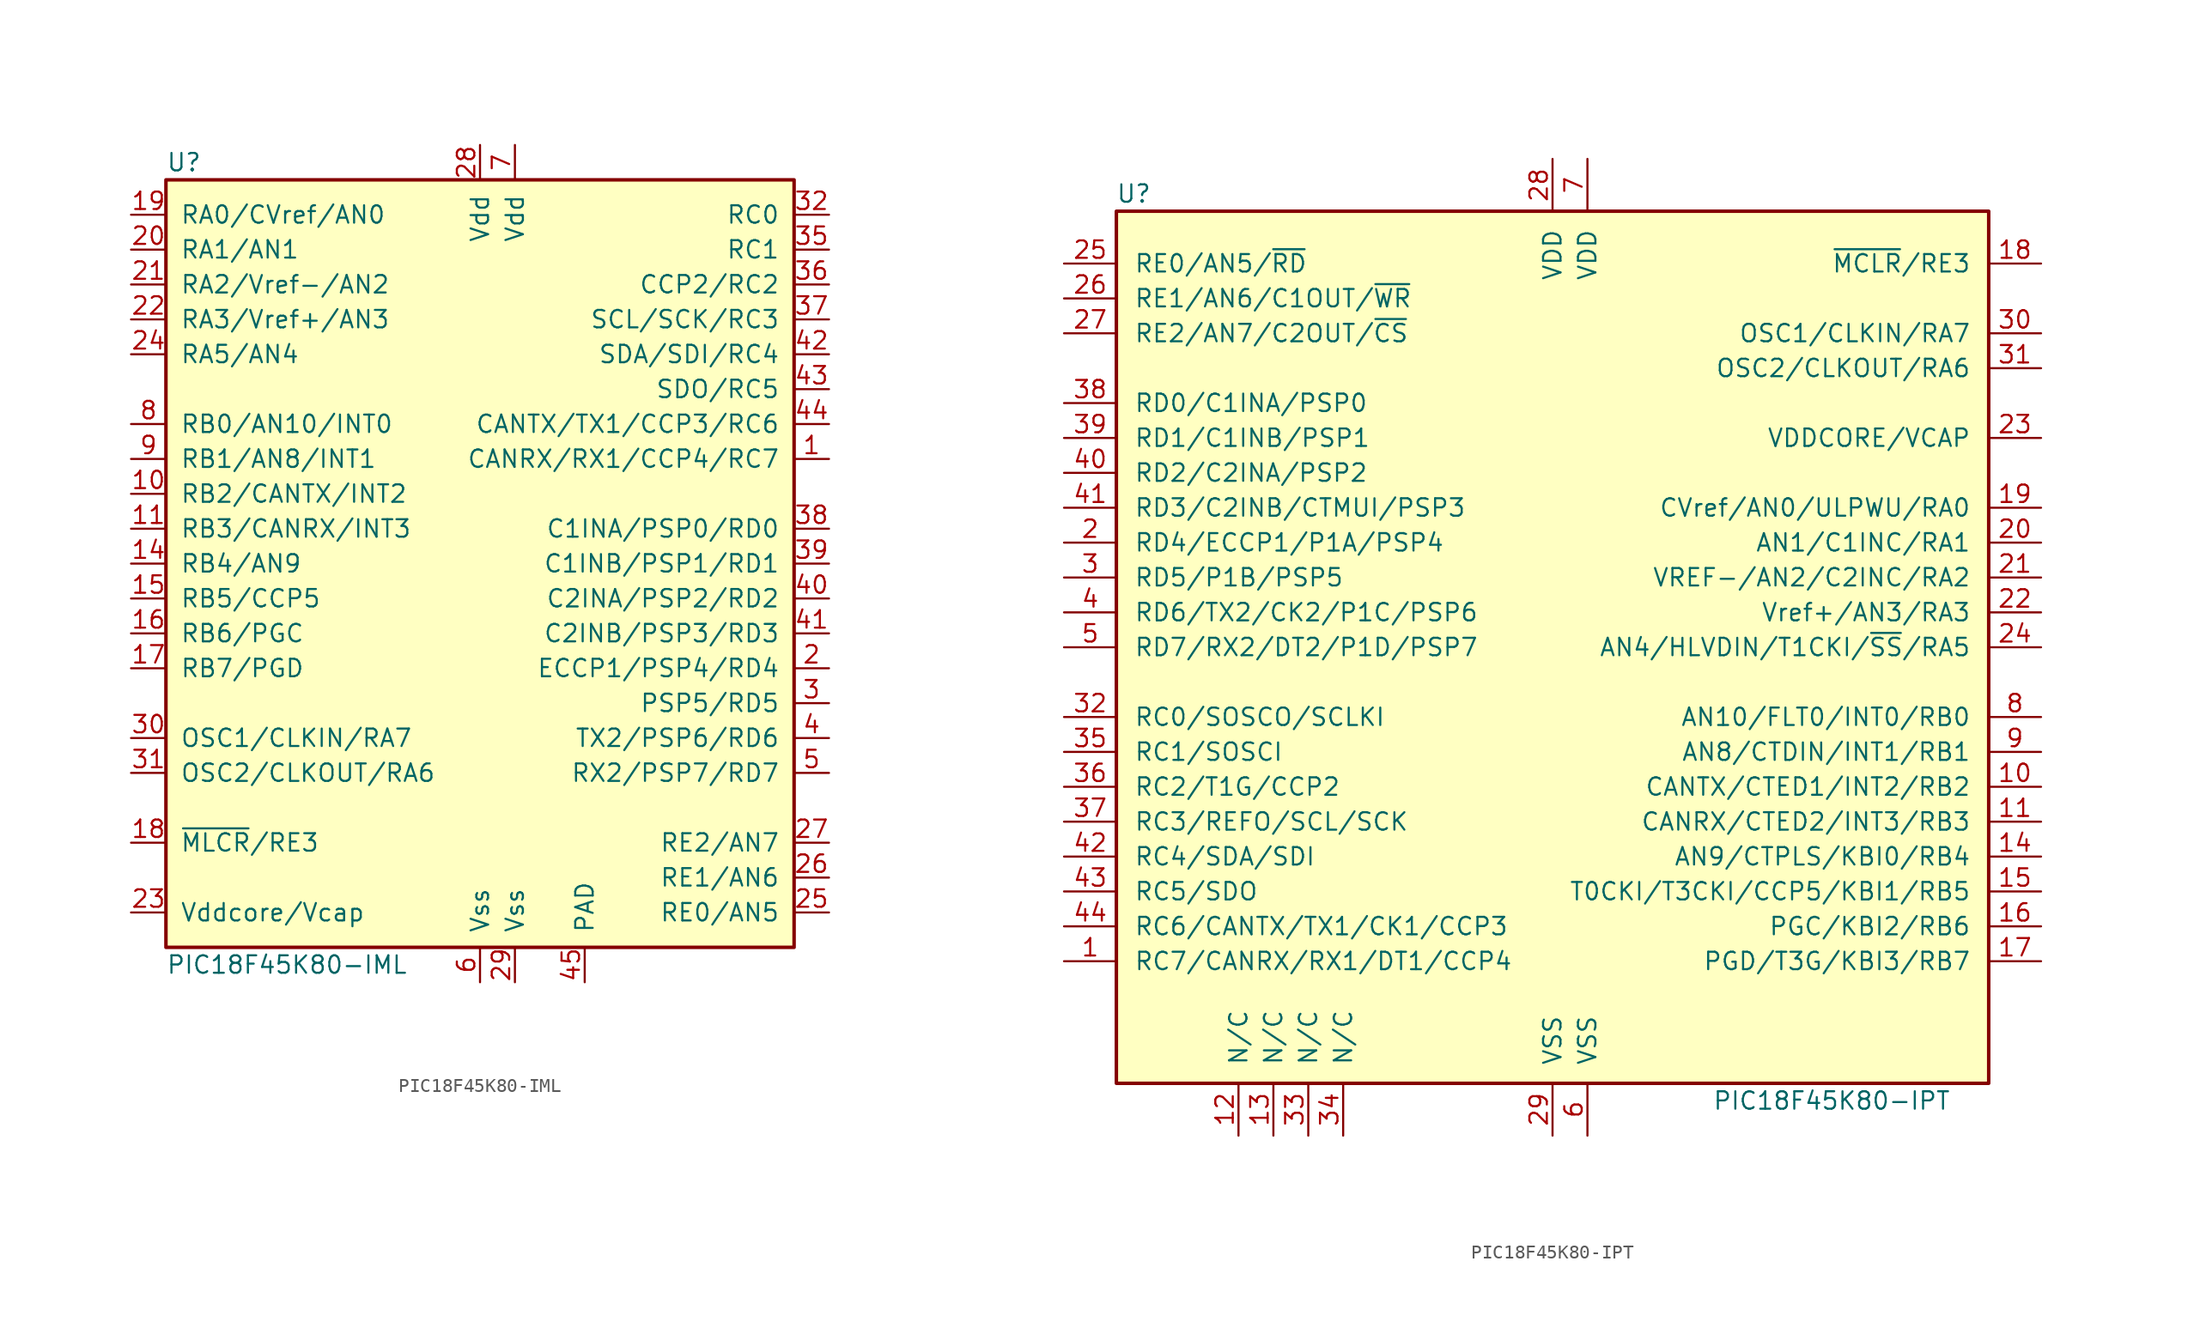
<source format=kicad_sym>
(kicad_symbol_lib
  (version 20201005)
  (generator kicad_symbol_editor)
  (symbol "PIC18F45K80-IML"
    (pin_names
      (offset 1.016))
    (property "Reference" "U"
      (at -22.86 29.21 0)
      (effects (font (size 1.27 1.27)) (justify left)))
    (property "Value" "PIC18F45K80-IML"
      (at -22.86 -29.21 0)
      (effects (font (size 1.27 1.27)) (justify left)))
    (symbol "PIC18F45K80-IML_0_1"
      (rectangle (start -22.86 27.94) (end 22.86 -27.94) (stroke (width 0.254)) (fill (type background))))
    (symbol "PIC18F45K80-IML_1_1"
      (pin bidirectional line (at 25.4 7.62 180) (length 2.54) (name "CANRX/RX1/CCP4/RC7" (effects (font (size 1.27 1.27)))) (number "1" (effects (font (size 1.27 1.27)))))
      (pin bidirectional line (at -25.4 5.08 0) (length 2.54) (name "RB2/CANTX/INT2" (effects (font (size 1.27 1.27)))) (number "10" (effects (font (size 1.27 1.27)))))
      (pin bidirectional line (at -25.4 2.54 0) (length 2.54) (name "RB3/CANRX/INT3" (effects (font (size 1.27 1.27)))) (number "11" (effects (font (size 1.27 1.27)))))
      (pin no_connect line (at -10.16 -30.48 90) (length 2.54) hide (name "NC" (effects (font (size 1.27 1.27)))) (number "12" (effects (font (size 1.27 1.27)))))
      (pin no_connect line (at -7.62 -30.48 90) (length 2.54) hide (name "NC" (effects (font (size 1.27 1.27)))) (number "13" (effects (font (size 1.27 1.27)))))
      (pin bidirectional line (at -25.4 0 0) (length 2.54) (name "RB4/AN9" (effects (font (size 1.27 1.27)))) (number "14" (effects (font (size 1.27 1.27)))))
      (pin bidirectional line (at -25.4 -2.54 0) (length 2.54) (name "RB5/CCP5" (effects (font (size 1.27 1.27)))) (number "15" (effects (font (size 1.27 1.27)))))
      (pin bidirectional line (at -25.4 -5.08 0) (length 2.54) (name "RB6/PGC" (effects (font (size 1.27 1.27)))) (number "16" (effects (font (size 1.27 1.27)))))
      (pin bidirectional line (at -25.4 -7.62 0) (length 2.54) (name "RB7/PGD" (effects (font (size 1.27 1.27)))) (number "17" (effects (font (size 1.27 1.27)))))
      (pin bidirectional line (at -25.4 -20.32 0) (length 2.54) (name "~MLCR~/RE3" (effects (font (size 1.27 1.27)))) (number "18" (effects (font (size 1.27 1.27)))))
      (pin bidirectional line (at -25.4 25.4 0) (length 2.54) (name "RA0/CVref/AN0" (effects (font (size 1.27 1.27)))) (number "19" (effects (font (size 1.27 1.27)))))
      (pin bidirectional line (at 25.4 -7.62 180) (length 2.54) (name "ECCP1/PSP4/RD4" (effects (font (size 1.27 1.27)))) (number "2" (effects (font (size 1.27 1.27)))))
      (pin bidirectional line (at -25.4 22.86 0) (length 2.54) (name "RA1/AN1" (effects (font (size 1.27 1.27)))) (number "20" (effects (font (size 1.27 1.27)))))
      (pin bidirectional line (at -25.4 20.32 0) (length 2.54) (name "RA2/Vref-/AN2" (effects (font (size 1.27 1.27)))) (number "21" (effects (font (size 1.27 1.27)))))
      (pin bidirectional line (at -25.4 17.78 0) (length 2.54) (name "RA3/Vref+/AN3" (effects (font (size 1.27 1.27)))) (number "22" (effects (font (size 1.27 1.27)))))
      (pin power_in line (at -25.4 -25.4 0) (length 2.54) (name "Vddcore/Vcap" (effects (font (size 1.27 1.27)))) (number "23" (effects (font (size 1.27 1.27)))))
      (pin bidirectional line (at -25.4 15.24 0) (length 2.54) (name "RA5/AN4" (effects (font (size 1.27 1.27)))) (number "24" (effects (font (size 1.27 1.27)))))
      (pin bidirectional line (at 25.4 -25.4 180) (length 2.54) (name "RE0/AN5" (effects (font (size 1.27 1.27)))) (number "25" (effects (font (size 1.27 1.27)))))
      (pin bidirectional line (at 25.4 -22.86 180) (length 2.54) (name "RE1/AN6" (effects (font (size 1.27 1.27)))) (number "26" (effects (font (size 1.27 1.27)))))
      (pin bidirectional line (at 25.4 -20.32 180) (length 2.54) (name "RE2/AN7" (effects (font (size 1.27 1.27)))) (number "27" (effects (font (size 1.27 1.27)))))
      (pin power_in line (at 0 30.48 270) (length 2.54) (name "Vdd" (effects (font (size 1.27 1.27)))) (number "28" (effects (font (size 1.27 1.27)))))
      (pin power_in line (at 2.54 -30.48 90) (length 2.54) (name "Vss" (effects (font (size 1.27 1.27)))) (number "29" (effects (font (size 1.27 1.27)))))
      (pin bidirectional line (at 25.4 -10.16 180) (length 2.54) (name "PSP5/RD5" (effects (font (size 1.27 1.27)))) (number "3" (effects (font (size 1.27 1.27)))))
      (pin input line (at -25.4 -12.7 0) (length 2.54) (name "OSC1/CLKIN/RA7" (effects (font (size 1.27 1.27)))) (number "30" (effects (font (size 1.27 1.27)))))
      (pin input line (at -25.4 -15.24 0) (length 2.54) (name "OSC2/CLKOUT/RA6" (effects (font (size 1.27 1.27)))) (number "31" (effects (font (size 1.27 1.27)))))
      (pin bidirectional line (at 25.4 25.4 180) (length 2.54) (name "RC0" (effects (font (size 1.27 1.27)))) (number "32" (effects (font (size 1.27 1.27)))))
      (pin no_connect line (at -5.08 -30.48 90) (length 2.54) hide (name "NC" (effects (font (size 1.27 1.27)))) (number "33" (effects (font (size 1.27 1.27)))))
      (pin no_connect line (at -2.54 -30.48 90) (length 2.54) hide (name "NC" (effects (font (size 1.27 1.27)))) (number "34" (effects (font (size 1.27 1.27)))))
      (pin bidirectional line (at 25.4 22.86 180) (length 2.54) (name "RC1" (effects (font (size 1.27 1.27)))) (number "35" (effects (font (size 1.27 1.27)))))
      (pin bidirectional line (at 25.4 20.32 180) (length 2.54) (name "CCP2/RC2" (effects (font (size 1.27 1.27)))) (number "36" (effects (font (size 1.27 1.27)))))
      (pin bidirectional line (at 25.4 17.78 180) (length 2.54) (name "SCL/SCK/RC3" (effects (font (size 1.27 1.27)))) (number "37" (effects (font (size 1.27 1.27)))))
      (pin bidirectional line (at 25.4 2.54 180) (length 2.54) (name "C1INA/PSP0/RD0" (effects (font (size 1.27 1.27)))) (number "38" (effects (font (size 1.27 1.27)))))
      (pin bidirectional line (at 25.4 0 180) (length 2.54) (name "C1INB/PSP1/RD1" (effects (font (size 1.27 1.27)))) (number "39" (effects (font (size 1.27 1.27)))))
      (pin bidirectional line (at 25.4 -12.7 180) (length 2.54) (name "TX2/PSP6/RD6" (effects (font (size 1.27 1.27)))) (number "4" (effects (font (size 1.27 1.27)))))
      (pin bidirectional line (at 25.4 -2.54 180) (length 2.54) (name "C2INA/PSP2/RD2" (effects (font (size 1.27 1.27)))) (number "40" (effects (font (size 1.27 1.27)))))
      (pin bidirectional line (at 25.4 -5.08 180) (length 2.54) (name "C2INB/PSP3/RD3" (effects (font (size 1.27 1.27)))) (number "41" (effects (font (size 1.27 1.27)))))
      (pin bidirectional line (at 25.4 15.24 180) (length 2.54) (name "SDA/SDI/RC4" (effects (font (size 1.27 1.27)))) (number "42" (effects (font (size 1.27 1.27)))))
      (pin bidirectional line (at 25.4 12.7 180) (length 2.54) (name "SDO/RC5" (effects (font (size 1.27 1.27)))) (number "43" (effects (font (size 1.27 1.27)))))
      (pin bidirectional line (at 25.4 10.16 180) (length 2.54) (name "CANTX/TX1/CCP3/RC6" (effects (font (size 1.27 1.27)))) (number "44" (effects (font (size 1.27 1.27)))))
      (pin power_in line (at 7.62 -30.48 90) (length 2.54) (name "PAD" (effects (font (size 1.27 1.27)))) (number "45" (effects (font (size 1.27 1.27)))))
      (pin bidirectional line (at 25.4 -15.24 180) (length 2.54) (name "RX2/PSP7/RD7" (effects (font (size 1.27 1.27)))) (number "5" (effects (font (size 1.27 1.27)))))
      (pin power_in line (at 0 -30.48 90) (length 2.54) (name "Vss" (effects (font (size 1.27 1.27)))) (number "6" (effects (font (size 1.27 1.27)))))
      (pin power_in line (at 2.54 30.48 270) (length 2.54) (name "Vdd" (effects (font (size 1.27 1.27)))) (number "7" (effects (font (size 1.27 1.27)))))
      (pin bidirectional line (at -25.4 10.16 0) (length 2.54) (name "RB0/AN10/INT0" (effects (font (size 1.27 1.27)))) (number "8" (effects (font (size 1.27 1.27)))))
      (pin bidirectional line (at -25.4 7.62 0) (length 2.54) (name "RB1/AN8/INT1" (effects (font (size 1.27 1.27)))) (number "9" (effects (font (size 1.27 1.27)))))))
  (symbol "PIC18F45K80-IPT"
    (pin_names
      (offset 1.27))
    (property "Reference" "U"
      (at -30.48 33.02 0)
      (effects (font (size 1.27 1.27))))
    (property "Value" "PIC18F45K80-IPT"
      (at 20.32 -33.02 0)
      (effects (font (size 1.27 1.27))))
    (symbol "PIC18F45K80-IPT_0_1"
      (rectangle (start -31.75 31.75) (end 31.75 -31.75) (stroke (width 0.254)) (fill (type background))))
    (symbol "PIC18F45K80-IPT_1_1"
      (pin bidirectional line (at -35.56 -22.86 0) (length 3.81) (name "RC7/CANRX/RX1/DT1/CCP4" (effects (font (size 1.27 1.27)))) (number "1" (effects (font (size 1.27 1.27)))))
      (pin bidirectional line (at 35.56 -10.16 180) (length 3.81) (name "CANTX/CTED1/INT2/RB2" (effects (font (size 1.27 1.27)))) (number "10" (effects (font (size 1.27 1.27)))))
      (pin bidirectional line (at 35.56 -12.7 180) (length 3.81) (name "CANRX/CTED2/INT3/RB3" (effects (font (size 1.27 1.27)))) (number "11" (effects (font (size 1.27 1.27)))))
      (pin bidirectional line (at -22.86 -35.56 90) (length 3.81) (name "N/C" (effects (font (size 1.27 1.27)))) (number "12" (effects (font (size 1.27 1.27)))))
      (pin bidirectional line (at -20.32 -35.56 90) (length 3.81) (name "N/C" (effects (font (size 1.27 1.27)))) (number "13" (effects (font (size 1.27 1.27)))))
      (pin bidirectional line (at 35.56 -15.24 180) (length 3.81) (name "AN9/CTPLS/KBI0/RB4" (effects (font (size 1.27 1.27)))) (number "14" (effects (font (size 1.27 1.27)))))
      (pin bidirectional line (at 35.56 -17.78 180) (length 3.81) (name "T0CKI/T3CKI/CCP5/KBI1/RB5" (effects (font (size 1.27 1.27)))) (number "15" (effects (font (size 1.27 1.27)))))
      (pin bidirectional line (at 35.56 -20.32 180) (length 3.81) (name "PGC/KBI2/RB6" (effects (font (size 1.27 1.27)))) (number "16" (effects (font (size 1.27 1.27)))))
      (pin bidirectional line (at 35.56 -22.86 180) (length 3.81) (name "PGD/T3G/KBI3/RB7" (effects (font (size 1.27 1.27)))) (number "17" (effects (font (size 1.27 1.27)))))
      (pin input line (at 35.56 27.94 180) (length 3.81) (name "~MCLR~/RE3" (effects (font (size 1.27 1.27)))) (number "18" (effects (font (size 1.27 1.27)))))
      (pin bidirectional line (at 35.56 10.16 180) (length 3.81) (name "CVref/AN0/ULPWU/RA0" (effects (font (size 1.27 1.27)))) (number "19" (effects (font (size 1.27 1.27)))))
      (pin bidirectional line (at -35.56 7.62 0) (length 3.81) (name "RD4/ECCP1/P1A/PSP4" (effects (font (size 1.27 1.27)))) (number "2" (effects (font (size 1.27 1.27)))))
      (pin bidirectional line (at 35.56 7.62 180) (length 3.81) (name "AN1/C1INC/RA1" (effects (font (size 1.27 1.27)))) (number "20" (effects (font (size 1.27 1.27)))))
      (pin bidirectional line (at 35.56 5.08 180) (length 3.81) (name "VREF-/AN2/C2INC/RA2" (effects (font (size 1.27 1.27)))) (number "21" (effects (font (size 1.27 1.27)))))
      (pin bidirectional line (at 35.56 2.54 180) (length 3.81) (name "Vref+/AN3/RA3" (effects (font (size 1.27 1.27)))) (number "22" (effects (font (size 1.27 1.27)))))
      (pin passive line (at 35.56 15.24 180) (length 3.81) (name "VDDCORE/VCAP" (effects (font (size 1.27 1.27)))) (number "23" (effects (font (size 1.27 1.27)))))
      (pin bidirectional line (at 35.56 0 180) (length 3.81) (name "AN4/HLVDIN/T1CKI/~SS~/RA5" (effects (font (size 1.27 1.27)))) (number "24" (effects (font (size 1.27 1.27)))))
      (pin bidirectional line (at -35.56 27.94 0) (length 3.81) (name "RE0/AN5/~RD~" (effects (font (size 1.27 1.27)))) (number "25" (effects (font (size 1.27 1.27)))))
      (pin bidirectional line (at -35.56 25.4 0) (length 3.81) (name "RE1/AN6/C1OUT/~WR~" (effects (font (size 1.27 1.27)))) (number "26" (effects (font (size 1.27 1.27)))))
      (pin power_in line (at -35.56 22.86 0) (length 3.81) (name "RE2/AN7/C2OUT/~CS~" (effects (font (size 1.27 1.27)))) (number "27" (effects (font (size 1.27 1.27)))))
      (pin power_in line (at 0 35.56 270) (length 3.81) (name "VDD" (effects (font (size 1.27 1.27)))) (number "28" (effects (font (size 1.27 1.27)))))
      (pin power_in line (at 0 -35.56 90) (length 3.81) (name "VSS" (effects (font (size 1.27 1.27)))) (number "29" (effects (font (size 1.27 1.27)))))
      (pin bidirectional line (at -35.56 5.08 0) (length 3.81) (name "RD5/P1B/PSP5" (effects (font (size 1.27 1.27)))) (number "3" (effects (font (size 1.27 1.27)))))
      (pin input line (at 35.56 22.86 180) (length 3.81) (name "OSC1/CLKIN/RA7" (effects (font (size 1.27 1.27)))) (number "30" (effects (font (size 1.27 1.27)))))
      (pin output line (at 35.56 20.32 180) (length 3.81) (name "OSC2/CLKOUT/RA6" (effects (font (size 1.27 1.27)))) (number "31" (effects (font (size 1.27 1.27)))))
      (pin bidirectional line (at -35.56 -5.08 0) (length 3.81) (name "RC0/SOSCO/SCLKI" (effects (font (size 1.27 1.27)))) (number "32" (effects (font (size 1.27 1.27)))))
      (pin bidirectional line (at -17.78 -35.56 90) (length 3.81) (name "N/C" (effects (font (size 1.27 1.27)))) (number "33" (effects (font (size 1.27 1.27)))))
      (pin bidirectional line (at -15.24 -35.56 90) (length 3.81) (name "N/C" (effects (font (size 1.27 1.27)))) (number "34" (effects (font (size 1.27 1.27)))))
      (pin bidirectional line (at -35.56 -7.62 0) (length 3.81) (name "RC1/SOSCI" (effects (font (size 1.27 1.27)))) (number "35" (effects (font (size 1.27 1.27)))))
      (pin bidirectional line (at -35.56 -10.16 0) (length 3.81) (name "RC2/T1G/CCP2" (effects (font (size 1.27 1.27)))) (number "36" (effects (font (size 1.27 1.27)))))
      (pin bidirectional line (at -35.56 -12.7 0) (length 3.81) (name "RC3/REFO/SCL/SCK" (effects (font (size 1.27 1.27)))) (number "37" (effects (font (size 1.27 1.27)))))
      (pin bidirectional line (at -35.56 17.78 0) (length 3.81) (name "RD0/C1INA/PSP0" (effects (font (size 1.27 1.27)))) (number "38" (effects (font (size 1.27 1.27)))))
      (pin bidirectional line (at -35.56 15.24 0) (length 3.81) (name "RD1/C1INB/PSP1" (effects (font (size 1.27 1.27)))) (number "39" (effects (font (size 1.27 1.27)))))
      (pin bidirectional line (at -35.56 2.54 0) (length 3.81) (name "RD6/TX2/CK2/P1C/PSP6" (effects (font (size 1.27 1.27)))) (number "4" (effects (font (size 1.27 1.27)))))
      (pin bidirectional line (at -35.56 12.7 0) (length 3.81) (name "RD2/C2INA/PSP2" (effects (font (size 1.27 1.27)))) (number "40" (effects (font (size 1.27 1.27)))))
      (pin bidirectional line (at -35.56 10.16 0) (length 3.81) (name "RD3/C2INB/CTMUI/PSP3" (effects (font (size 1.27 1.27)))) (number "41" (effects (font (size 1.27 1.27)))))
      (pin bidirectional line (at -35.56 -15.24 0) (length 3.81) (name "RC4/SDA/SDI" (effects (font (size 1.27 1.27)))) (number "42" (effects (font (size 1.27 1.27)))))
      (pin bidirectional line (at -35.56 -17.78 0) (length 3.81) (name "RC5/SDO" (effects (font (size 1.27 1.27)))) (number "43" (effects (font (size 1.27 1.27)))))
      (pin bidirectional line (at -35.56 -20.32 0) (length 3.81) (name "RC6/CANTX/TX1/CK1/CCP3" (effects (font (size 1.27 1.27)))) (number "44" (effects (font (size 1.27 1.27)))))
      (pin bidirectional line (at -35.56 0 0) (length 3.81) (name "RD7/RX2/DT2/P1D/PSP7" (effects (font (size 1.27 1.27)))) (number "5" (effects (font (size 1.27 1.27)))))
      (pin power_in line (at 2.54 -35.56 90) (length 3.81) (name "VSS" (effects (font (size 1.27 1.27)))) (number "6" (effects (font (size 1.27 1.27)))))
      (pin power_in line (at 2.54 35.56 270) (length 3.81) (name "VDD" (effects (font (size 1.27 1.27)))) (number "7" (effects (font (size 1.27 1.27)))))
      (pin bidirectional line (at 35.56 -5.08 180) (length 3.81) (name "AN10/FLT0/INT0/RB0" (effects (font (size 1.27 1.27)))) (number "8" (effects (font (size 1.27 1.27)))))
      (pin bidirectional line (at 35.56 -7.62 180) (length 3.81) (name "AN8/CTDIN/INT1/RB1" (effects (font (size 1.27 1.27)))) (number "9" (effects (font (size 1.27 1.27))))))))
</source>
